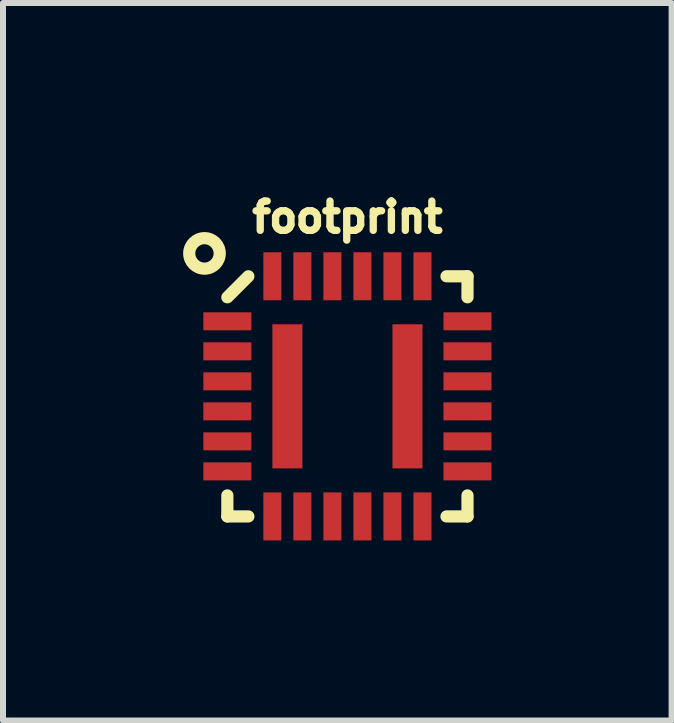
<source format=kicad_pcb>
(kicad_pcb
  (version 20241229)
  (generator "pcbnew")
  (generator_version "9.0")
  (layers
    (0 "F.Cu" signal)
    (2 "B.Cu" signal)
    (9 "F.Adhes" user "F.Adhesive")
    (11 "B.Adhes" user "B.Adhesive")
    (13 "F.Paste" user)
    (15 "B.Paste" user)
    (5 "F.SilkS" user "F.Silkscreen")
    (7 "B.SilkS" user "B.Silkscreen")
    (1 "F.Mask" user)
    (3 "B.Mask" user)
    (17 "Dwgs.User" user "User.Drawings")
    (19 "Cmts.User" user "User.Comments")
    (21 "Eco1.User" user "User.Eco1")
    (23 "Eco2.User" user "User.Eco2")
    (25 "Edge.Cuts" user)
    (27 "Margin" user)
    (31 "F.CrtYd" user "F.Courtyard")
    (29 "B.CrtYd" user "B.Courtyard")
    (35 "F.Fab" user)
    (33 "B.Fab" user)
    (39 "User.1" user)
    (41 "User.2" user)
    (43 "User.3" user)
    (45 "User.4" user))
  (footprint "footprint"
    (layer "F.Cu")
    (at 2.737 3.552)
    (property "Reference" "footprint" (at 0 -2.699 0) (layer "F.SilkS") (effects (font (size 0.488 0.488) (thickness 0.122)) (justify bottom)))
    (fp_line (start -2 2) (end -2 1.65) (stroke (width 0.203) (type solid)) (layer "F.SilkS"))
    (fp_line (start -1.65 -2) (end -2 -1.65) (stroke (width 0.203) (type solid)) (layer "F.SilkS"))
    (fp_line (start -1.65 2) (end -2 2) (stroke (width 0.203) (type solid)) (layer "F.SilkS"))
    (fp_line (start 1.65 2) (end 2 2) (stroke (width 0.203) (type solid)) (layer "F.SilkS"))
    (fp_line (start 2 -2) (end 1.65 -2) (stroke (width 0.203) (type solid)) (layer "F.SilkS"))
    (fp_line (start 2 -1.65) (end 2 -2) (stroke (width 0.203) (type solid)) (layer "F.SilkS"))
    (fp_line (start 2 1.65) (end 2 2) (stroke (width 0.203) (type solid)) (layer "F.SilkS"))
    (fp_circle (center -2.381 -2.381) (end -2.127 -2.381) (stroke (width 0.203) (type solid)) (fill no) (layer "F.SilkS"))
    (pad "1" smd rect (at -2 -1.25 180) (size 0.8 0.3) (layers "F.Cu" "F.Mask" "F.Paste"))
    (pad "2" smd rect (at -2 -0.75 180) (size 0.8 0.3) (layers "F.Cu" "F.Mask" "F.Paste"))
    (pad "3" smd rect (at -2 -0.25 180) (size 0.8 0.3) (layers "F.Cu" "F.Mask" "F.Paste"))
    (pad "4" smd rect (at -2 0.25 180) (size 0.8 0.3) (layers "F.Cu" "F.Mask" "F.Paste"))
    (pad "5" smd rect (at -2 0.75 180) (size 0.8 0.3) (layers "F.Cu" "F.Mask" "F.Paste"))
    (pad "6" smd rect (at -2 1.25 180) (size 0.8 0.3) (layers "F.Cu" "F.Mask" "F.Paste"))
    (pad "7" smd rect (at -1.25 2 90) (size 0.8 0.3) (layers "F.Cu" "F.Mask" "F.Paste"))
    (pad "8" smd rect (at -0.75 2 90) (size 0.8 0.3) (layers "F.Cu" "F.Mask" "F.Paste"))
    (pad "9" smd rect (at -0.25 2 90) (size 0.8 0.3) (layers "F.Cu" "F.Mask" "F.Paste"))
    (pad "10" smd rect (at 0.25 2 90) (size 0.8 0.3) (layers "F.Cu" "F.Mask" "F.Paste"))
    (pad "11" smd rect (at 0.75 2 90) (size 0.8 0.3) (layers "F.Cu" "F.Mask" "F.Paste"))
    (pad "12" smd rect (at 1.25 2 90) (size 0.8 0.3) (layers "F.Cu" "F.Mask" "F.Paste"))
    (pad "13" smd rect (at 2 1.25) (size 0.8 0.3) (layers "F.Cu" "F.Mask" "F.Paste"))
    (pad "14" smd rect (at 2 0.75) (size 0.8 0.3) (layers "F.Cu" "F.Mask" "F.Paste"))
    (pad "15" smd rect (at 2 0.25) (size 0.8 0.3) (layers "F.Cu" "F.Mask" "F.Paste"))
    (pad "16" smd rect (at 2 -0.25) (size 0.8 0.3) (layers "F.Cu" "F.Mask" "F.Paste"))
    (pad "17" smd rect (at 2 -0.75) (size 0.8 0.3) (layers "F.Cu" "F.Mask" "F.Paste"))
    (pad "18" smd rect (at 2 -1.25) (size 0.8 0.3) (layers "F.Cu" "F.Mask" "F.Paste"))
    (pad "19" smd rect (at 1.25 -2 270) (size 0.8 0.3) (layers "F.Cu" "F.Mask" "F.Paste"))
    (pad "20" smd rect (at 0.75 -2 270) (size 0.8 0.3) (layers "F.Cu" "F.Mask" "F.Paste"))
    (pad "21" smd rect (at 0.25 -2 270) (size 0.8 0.3) (layers "F.Cu" "F.Mask" "F.Paste"))
    (pad "22" smd rect (at -0.25 -2 270) (size 0.8 0.3) (layers "F.Cu" "F.Mask" "F.Paste"))
    (pad "23" smd rect (at -0.75 -2 270) (size 0.8 0.3) (layers "F.Cu" "F.Mask" "F.Paste"))
    (pad "24" smd rect (at -1.25 -2 270) (size 0.8 0.3) (layers "F.Cu" "F.Mask" "F.Paste"))
    (pad "GND1" smd rect (at -1 0 90) (size 2.4 0.5) (layers "F.Cu" "F.Mask" "F.Paste"))
    (pad "GND2" smd rect (at 1 0 90) (size 2.4 0.5) (layers "F.Cu" "F.Mask" "F.Paste")))
  (gr_rect
    (start -3 -3)
    (end 8.137 8.952)
    (stroke (width 0.1) (type default))
    (fill no)
    (layer "Edge.Cuts")))
</source>
